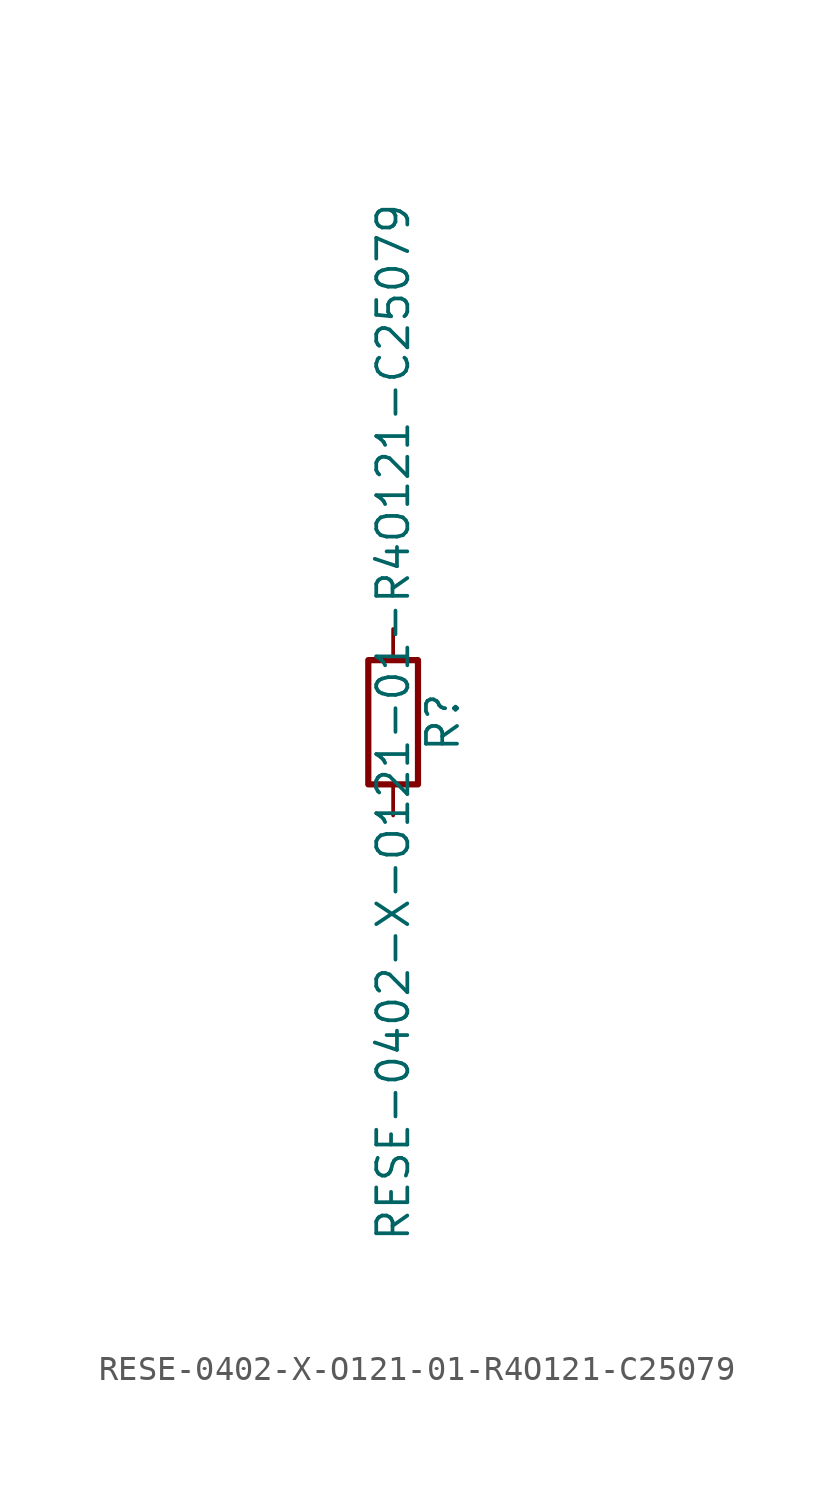
<source format=kicad_sym>
(kicad_symbol_lib
  (version 20211014)
  (generator kicad_symbol_editor)
  (symbol "RESE-0402-X-O121-01-R4O121-C25079"
    (pin_numbers hide)
    (pin_names
      (offset 0))
    (property "Reference" "R"
      (at 2.032 0 90)
      (effects (font (size 1.27 1.27))))
    (property "Value" "RESE-0402-X-O121-01-R4O121-C25079"
      (at 0 0 90)
      (effects (font (size 1.27 1.27))))
    (symbol "RESE-0402-X-O121-01-R4O121-C25079_0_1"
      (rectangle (start -1.016 -2.54) (end 1.016 2.54) (stroke (width 0.254) (type default) (color 0 0 0 0)) (fill (type none))))
    (symbol "RESE-0402-X-O121-01-R4O121-C25079_1_1"
      (pin passive line (at 0 3.81 270) (length 1.27) (name "~" (effects (font (size 1.27 1.27)))) (number "1" (effects (font (size 1.27 1.27)))))
      (pin passive line (at 0 -3.81 90) (length 1.27) (name "~" (effects (font (size 1.27 1.27)))) (number "2" (effects (font (size 1.27 1.27))))))))
</source>
